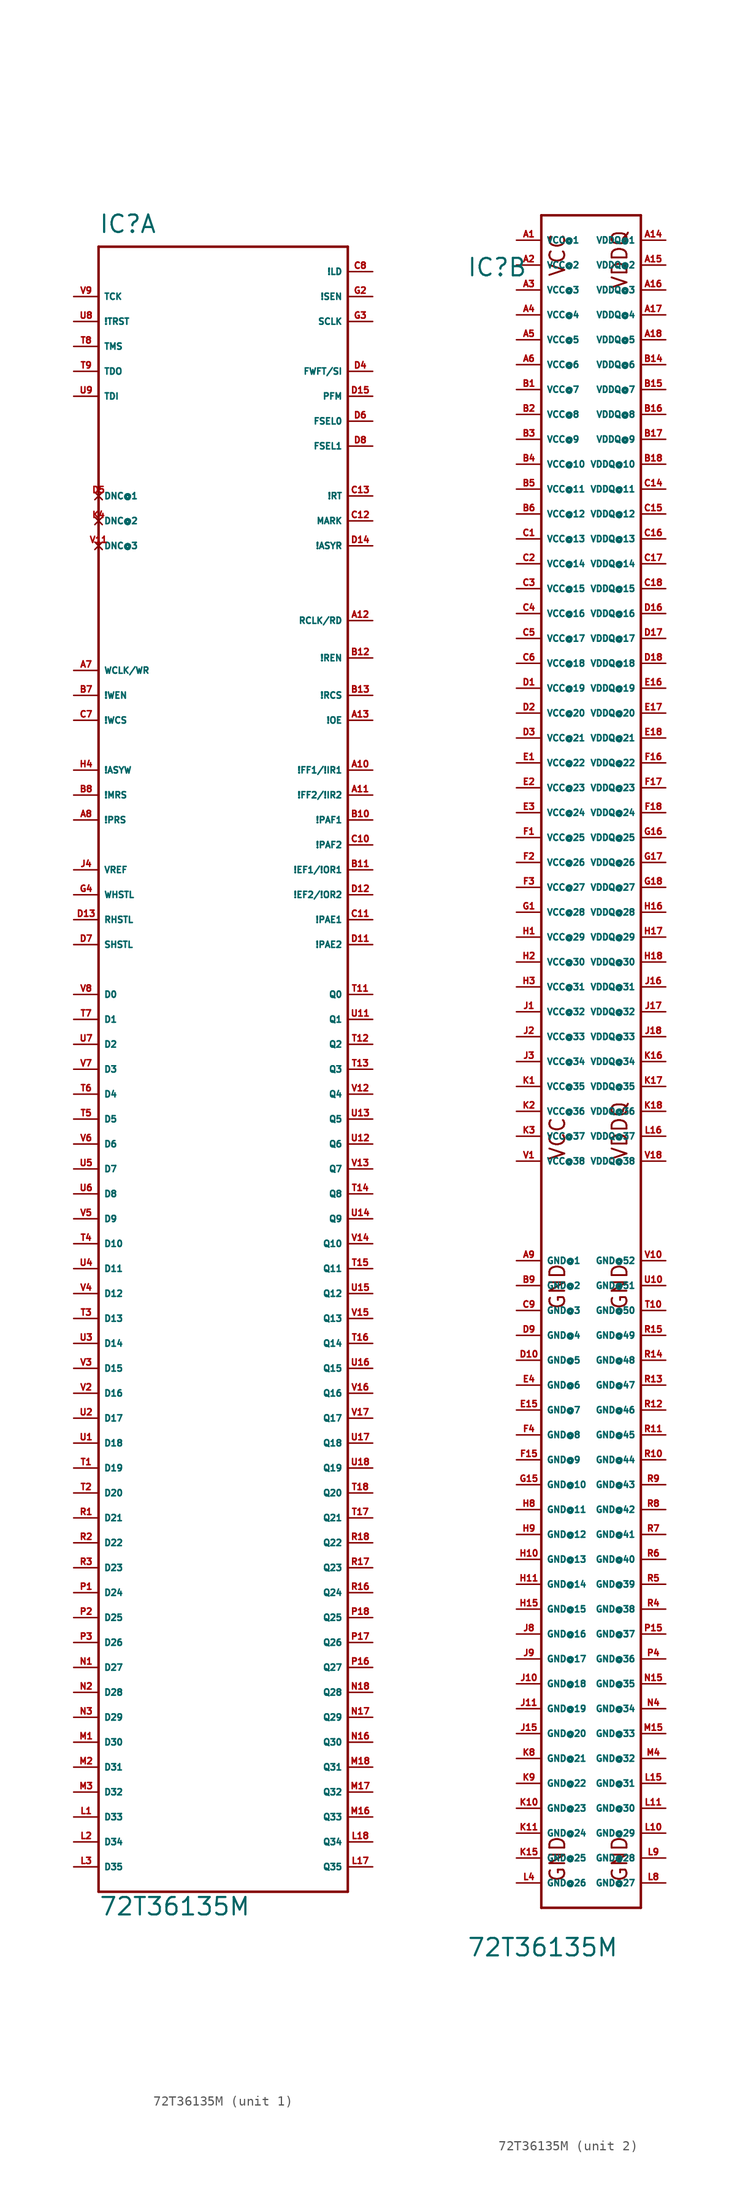
<source format=kicad_sym>
(kicad_symbol_lib
  (version 20220914)
  (generator Eagle2Kicad)
  (symbol "72T36135M"
    (property "Reference" "IC"
      (at -12.7 77.47 0)
      (effects (font (size 1.778 1.778) (thickness 0.22)) (justify left bottom)))
    (property "Value" "72T36135M"
      (at -12.7 -93.98 0)
      (effects (font (size 1.778 1.778) (thickness 0.22)) (justify left bottom)))
    (symbol "72T36135M_1_0"
      (polyline (pts (xy -12.7 76.2) (xy 12.7 76.2)) (stroke (width 0.254) (type default)) (fill (type none)))
      (polyline (pts (xy 12.7 76.2) (xy 12.7 -91.44)) (stroke (width 0.254) (type default)) (fill (type none)))
      (polyline (pts (xy 12.7 -91.44) (xy -12.7 -91.44)) (stroke (width 0.254) (type default)) (fill (type none)))
      (polyline (pts (xy -12.7 -91.44) (xy -12.7 76.2)) (stroke (width 0.254) (type default)) (fill (type none)))
      (pin input line (at -15.24 0 0) (length 2.54) (name "D0" (effects (font (size 0.635 0.635) (thickness 0.08)) (justify left bottom))) (number "V8" (effects (font (size 0.635 0.635) (thickness 0.08)) (justify left bottom))))
      (pin input line (at -15.24 -2.54 0) (length 2.54) (name "D1" (effects (font (size 0.635 0.635) (thickness 0.08)) (justify left bottom))) (number "T7" (effects (font (size 0.635 0.635) (thickness 0.08)) (justify left bottom))))
      (pin input line (at -15.24 -5.08 0) (length 2.54) (name "D2" (effects (font (size 0.635 0.635) (thickness 0.08)) (justify left bottom))) (number "U7" (effects (font (size 0.635 0.635) (thickness 0.08)) (justify left bottom))))
      (pin input line (at -15.24 -7.62 0) (length 2.54) (name "D3" (effects (font (size 0.635 0.635) (thickness 0.08)) (justify left bottom))) (number "V7" (effects (font (size 0.635 0.635) (thickness 0.08)) (justify left bottom))))
      (pin input line (at -15.24 -10.16 0) (length 2.54) (name "D4" (effects (font (size 0.635 0.635) (thickness 0.08)) (justify left bottom))) (number "T6" (effects (font (size 0.635 0.635) (thickness 0.08)) (justify left bottom))))
      (pin input line (at -15.24 -12.7 0) (length 2.54) (name "D5" (effects (font (size 0.635 0.635) (thickness 0.08)) (justify left bottom))) (number "T5" (effects (font (size 0.635 0.635) (thickness 0.08)) (justify left bottom))))
      (pin input line (at -15.24 -15.24 0) (length 2.54) (name "D6" (effects (font (size 0.635 0.635) (thickness 0.08)) (justify left bottom))) (number "V6" (effects (font (size 0.635 0.635) (thickness 0.08)) (justify left bottom))))
      (pin input line (at -15.24 -17.78 0) (length 2.54) (name "D7" (effects (font (size 0.635 0.635) (thickness 0.08)) (justify left bottom))) (number "U5" (effects (font (size 0.635 0.635) (thickness 0.08)) (justify left bottom))))
      (pin input line (at -15.24 -20.32 0) (length 2.54) (name "D8" (effects (font (size 0.635 0.635) (thickness 0.08)) (justify left bottom))) (number "U6" (effects (font (size 0.635 0.635) (thickness 0.08)) (justify left bottom))))
      (pin input line (at -15.24 -22.86 0) (length 2.54) (name "D9" (effects (font (size 0.635 0.635) (thickness 0.08)) (justify left bottom))) (number "V5" (effects (font (size 0.635 0.635) (thickness 0.08)) (justify left bottom))))
      (pin input line (at -15.24 -25.4 0) (length 2.54) (name "D10" (effects (font (size 0.635 0.635) (thickness 0.08)) (justify left bottom))) (number "T4" (effects (font (size 0.635 0.635) (thickness 0.08)) (justify left bottom))))
      (pin input line (at -15.24 -27.94 0) (length 2.54) (name "D11" (effects (font (size 0.635 0.635) (thickness 0.08)) (justify left bottom))) (number "U4" (effects (font (size 0.635 0.635) (thickness 0.08)) (justify left bottom))))
      (pin input line (at -15.24 -30.48 0) (length 2.54) (name "D12" (effects (font (size 0.635 0.635) (thickness 0.08)) (justify left bottom))) (number "V4" (effects (font (size 0.635 0.635) (thickness 0.08)) (justify left bottom))))
      (pin input line (at -15.24 -33.02 0) (length 2.54) (name "D13" (effects (font (size 0.635 0.635) (thickness 0.08)) (justify left bottom))) (number "T3" (effects (font (size 0.635 0.635) (thickness 0.08)) (justify left bottom))))
      (pin input line (at -15.24 -35.56 0) (length 2.54) (name "D14" (effects (font (size 0.635 0.635) (thickness 0.08)) (justify left bottom))) (number "U3" (effects (font (size 0.635 0.635) (thickness 0.08)) (justify left bottom))))
      (pin input line (at -15.24 -38.1 0) (length 2.54) (name "D15" (effects (font (size 0.635 0.635) (thickness 0.08)) (justify left bottom))) (number "V3" (effects (font (size 0.635 0.635) (thickness 0.08)) (justify left bottom))))
      (pin input line (at -15.24 -40.64 0) (length 2.54) (name "D16" (effects (font (size 0.635 0.635) (thickness 0.08)) (justify left bottom))) (number "V2" (effects (font (size 0.635 0.635) (thickness 0.08)) (justify left bottom))))
      (pin input line (at -15.24 -43.18 0) (length 2.54) (name "D17" (effects (font (size 0.635 0.635) (thickness 0.08)) (justify left bottom))) (number "U2" (effects (font (size 0.635 0.635) (thickness 0.08)) (justify left bottom))))
      (pin input line (at -15.24 -45.72 0) (length 2.54) (name "D18" (effects (font (size 0.635 0.635) (thickness 0.08)) (justify left bottom))) (number "U1" (effects (font (size 0.635 0.635) (thickness 0.08)) (justify left bottom))))
      (pin input line (at -15.24 -48.26 0) (length 2.54) (name "D19" (effects (font (size 0.635 0.635) (thickness 0.08)) (justify left bottom))) (number "T1" (effects (font (size 0.635 0.635) (thickness 0.08)) (justify left bottom))))
      (pin input line (at -15.24 -50.8 0) (length 2.54) (name "D20" (effects (font (size 0.635 0.635) (thickness 0.08)) (justify left bottom))) (number "T2" (effects (font (size 0.635 0.635) (thickness 0.08)) (justify left bottom))))
      (pin input line (at -15.24 -53.34 0) (length 2.54) (name "D21" (effects (font (size 0.635 0.635) (thickness 0.08)) (justify left bottom))) (number "R1" (effects (font (size 0.635 0.635) (thickness 0.08)) (justify left bottom))))
      (pin input line (at -15.24 -55.88 0) (length 2.54) (name "D22" (effects (font (size 0.635 0.635) (thickness 0.08)) (justify left bottom))) (number "R2" (effects (font (size 0.635 0.635) (thickness 0.08)) (justify left bottom))))
      (pin input line (at -15.24 -58.42 0) (length 2.54) (name "D23" (effects (font (size 0.635 0.635) (thickness 0.08)) (justify left bottom))) (number "R3" (effects (font (size 0.635 0.635) (thickness 0.08)) (justify left bottom))))
      (pin input line (at -15.24 -60.96 0) (length 2.54) (name "D24" (effects (font (size 0.635 0.635) (thickness 0.08)) (justify left bottom))) (number "P1" (effects (font (size 0.635 0.635) (thickness 0.08)) (justify left bottom))))
      (pin input line (at -15.24 -63.5 0) (length 2.54) (name "D25" (effects (font (size 0.635 0.635) (thickness 0.08)) (justify left bottom))) (number "P2" (effects (font (size 0.635 0.635) (thickness 0.08)) (justify left bottom))))
      (pin input line (at -15.24 -66.04 0) (length 2.54) (name "D26" (effects (font (size 0.635 0.635) (thickness 0.08)) (justify left bottom))) (number "P3" (effects (font (size 0.635 0.635) (thickness 0.08)) (justify left bottom))))
      (pin input line (at -15.24 -68.58 0) (length 2.54) (name "D27" (effects (font (size 0.635 0.635) (thickness 0.08)) (justify left bottom))) (number "N1" (effects (font (size 0.635 0.635) (thickness 0.08)) (justify left bottom))))
      (pin input line (at -15.24 -71.12 0) (length 2.54) (name "D28" (effects (font (size 0.635 0.635) (thickness 0.08)) (justify left bottom))) (number "N2" (effects (font (size 0.635 0.635) (thickness 0.08)) (justify left bottom))))
      (pin input line (at -15.24 -73.66 0) (length 2.54) (name "D29" (effects (font (size 0.635 0.635) (thickness 0.08)) (justify left bottom))) (number "N3" (effects (font (size 0.635 0.635) (thickness 0.08)) (justify left bottom))))
      (pin input line (at -15.24 -76.2 0) (length 2.54) (name "D30" (effects (font (size 0.635 0.635) (thickness 0.08)) (justify left bottom))) (number "M1" (effects (font (size 0.635 0.635) (thickness 0.08)) (justify left bottom))))
      (pin input line (at -15.24 -78.74 0) (length 2.54) (name "D31" (effects (font (size 0.635 0.635) (thickness 0.08)) (justify left bottom))) (number "M2" (effects (font (size 0.635 0.635) (thickness 0.08)) (justify left bottom))))
      (pin input line (at -15.24 -81.28 0) (length 2.54) (name "D32" (effects (font (size 0.635 0.635) (thickness 0.08)) (justify left bottom))) (number "M3" (effects (font (size 0.635 0.635) (thickness 0.08)) (justify left bottom))))
      (pin input line (at -15.24 -83.82 0) (length 2.54) (name "D33" (effects (font (size 0.635 0.635) (thickness 0.08)) (justify left bottom))) (number "L1" (effects (font (size 0.635 0.635) (thickness 0.08)) (justify left bottom))))
      (pin input line (at -15.24 -86.36 0) (length 2.54) (name "D34" (effects (font (size 0.635 0.635) (thickness 0.08)) (justify left bottom))) (number "L2" (effects (font (size 0.635 0.635) (thickness 0.08)) (justify left bottom))))
      (pin input line (at -15.24 -88.9 0) (length 2.54) (name "D35" (effects (font (size 0.635 0.635) (thickness 0.08)) (justify left bottom))) (number "L3" (effects (font (size 0.635 0.635) (thickness 0.08)) (justify left bottom))))
      (pin tri_state line (at 15.24 0 180) (length 2.54) (name "Q0" (effects (font (size 0.635 0.635) (thickness 0.08)) (justify left bottom))) (number "T11" (effects (font (size 0.635 0.635) (thickness 0.08)) (justify left bottom))))
      (pin tri_state line (at 15.24 -2.54 180) (length 2.54) (name "Q1" (effects (font (size 0.635 0.635) (thickness 0.08)) (justify left bottom))) (number "U11" (effects (font (size 0.635 0.635) (thickness 0.08)) (justify left bottom))))
      (pin tri_state line (at 15.24 -5.08 180) (length 2.54) (name "Q2" (effects (font (size 0.635 0.635) (thickness 0.08)) (justify left bottom))) (number "T12" (effects (font (size 0.635 0.635) (thickness 0.08)) (justify left bottom))))
      (pin tri_state line (at 15.24 -7.62 180) (length 2.54) (name "Q3" (effects (font (size 0.635 0.635) (thickness 0.08)) (justify left bottom))) (number "T13" (effects (font (size 0.635 0.635) (thickness 0.08)) (justify left bottom))))
      (pin tri_state line (at 15.24 -10.16 180) (length 2.54) (name "Q4" (effects (font (size 0.635 0.635) (thickness 0.08)) (justify left bottom))) (number "V12" (effects (font (size 0.635 0.635) (thickness 0.08)) (justify left bottom))))
      (pin tri_state line (at 15.24 -12.7 180) (length 2.54) (name "Q5" (effects (font (size 0.635 0.635) (thickness 0.08)) (justify left bottom))) (number "U13" (effects (font (size 0.635 0.635) (thickness 0.08)) (justify left bottom))))
      (pin tri_state line (at 15.24 -15.24 180) (length 2.54) (name "Q6" (effects (font (size 0.635 0.635) (thickness 0.08)) (justify left bottom))) (number "U12" (effects (font (size 0.635 0.635) (thickness 0.08)) (justify left bottom))))
      (pin tri_state line (at 15.24 -17.78 180) (length 2.54) (name "Q7" (effects (font (size 0.635 0.635) (thickness 0.08)) (justify left bottom))) (number "V13" (effects (font (size 0.635 0.635) (thickness 0.08)) (justify left bottom))))
      (pin tri_state line (at 15.24 -20.32 180) (length 2.54) (name "Q8" (effects (font (size 0.635 0.635) (thickness 0.08)) (justify left bottom))) (number "T14" (effects (font (size 0.635 0.635) (thickness 0.08)) (justify left bottom))))
      (pin tri_state line (at 15.24 -22.86 180) (length 2.54) (name "Q9" (effects (font (size 0.635 0.635) (thickness 0.08)) (justify left bottom))) (number "U14" (effects (font (size 0.635 0.635) (thickness 0.08)) (justify left bottom))))
      (pin tri_state line (at 15.24 -25.4 180) (length 2.54) (name "Q10" (effects (font (size 0.635 0.635) (thickness 0.08)) (justify left bottom))) (number "V14" (effects (font (size 0.635 0.635) (thickness 0.08)) (justify left bottom))))
      (pin tri_state line (at 15.24 -27.94 180) (length 2.54) (name "Q11" (effects (font (size 0.635 0.635) (thickness 0.08)) (justify left bottom))) (number "T15" (effects (font (size 0.635 0.635) (thickness 0.08)) (justify left bottom))))
      (pin tri_state line (at 15.24 -30.48 180) (length 2.54) (name "Q12" (effects (font (size 0.635 0.635) (thickness 0.08)) (justify left bottom))) (number "U15" (effects (font (size 0.635 0.635) (thickness 0.08)) (justify left bottom))))
      (pin tri_state line (at 15.24 -33.02 180) (length 2.54) (name "Q13" (effects (font (size 0.635 0.635) (thickness 0.08)) (justify left bottom))) (number "V15" (effects (font (size 0.635 0.635) (thickness 0.08)) (justify left bottom))))
      (pin tri_state line (at 15.24 -35.56 180) (length 2.54) (name "Q14" (effects (font (size 0.635 0.635) (thickness 0.08)) (justify left bottom))) (number "T16" (effects (font (size 0.635 0.635) (thickness 0.08)) (justify left bottom))))
      (pin tri_state line (at 15.24 -38.1 180) (length 2.54) (name "Q15" (effects (font (size 0.635 0.635) (thickness 0.08)) (justify left bottom))) (number "U16" (effects (font (size 0.635 0.635) (thickness 0.08)) (justify left bottom))))
      (pin tri_state line (at 15.24 -40.64 180) (length 2.54) (name "Q16" (effects (font (size 0.635 0.635) (thickness 0.08)) (justify left bottom))) (number "V16" (effects (font (size 0.635 0.635) (thickness 0.08)) (justify left bottom))))
      (pin tri_state line (at 15.24 -43.18 180) (length 2.54) (name "Q17" (effects (font (size 0.635 0.635) (thickness 0.08)) (justify left bottom))) (number "V17" (effects (font (size 0.635 0.635) (thickness 0.08)) (justify left bottom))))
      (pin tri_state line (at 15.24 -45.72 180) (length 2.54) (name "Q18" (effects (font (size 0.635 0.635) (thickness 0.08)) (justify left bottom))) (number "U17" (effects (font (size 0.635 0.635) (thickness 0.08)) (justify left bottom))))
      (pin tri_state line (at 15.24 -48.26 180) (length 2.54) (name "Q19" (effects (font (size 0.635 0.635) (thickness 0.08)) (justify left bottom))) (number "U18" (effects (font (size 0.635 0.635) (thickness 0.08)) (justify left bottom))))
      (pin tri_state line (at 15.24 -50.8 180) (length 2.54) (name "Q20" (effects (font (size 0.635 0.635) (thickness 0.08)) (justify left bottom))) (number "T18" (effects (font (size 0.635 0.635) (thickness 0.08)) (justify left bottom))))
      (pin tri_state line (at 15.24 -53.34 180) (length 2.54) (name "Q21" (effects (font (size 0.635 0.635) (thickness 0.08)) (justify left bottom))) (number "T17" (effects (font (size 0.635 0.635) (thickness 0.08)) (justify left bottom))))
      (pin tri_state line (at 15.24 -55.88 180) (length 2.54) (name "Q22" (effects (font (size 0.635 0.635) (thickness 0.08)) (justify left bottom))) (number "R18" (effects (font (size 0.635 0.635) (thickness 0.08)) (justify left bottom))))
      (pin tri_state line (at 15.24 -58.42 180) (length 2.54) (name "Q23" (effects (font (size 0.635 0.635) (thickness 0.08)) (justify left bottom))) (number "R17" (effects (font (size 0.635 0.635) (thickness 0.08)) (justify left bottom))))
      (pin tri_state line (at 15.24 -60.96 180) (length 2.54) (name "Q24" (effects (font (size 0.635 0.635) (thickness 0.08)) (justify left bottom))) (number "R16" (effects (font (size 0.635 0.635) (thickness 0.08)) (justify left bottom))))
      (pin tri_state line (at 15.24 -63.5 180) (length 2.54) (name "Q25" (effects (font (size 0.635 0.635) (thickness 0.08)) (justify left bottom))) (number "P18" (effects (font (size 0.635 0.635) (thickness 0.08)) (justify left bottom))))
      (pin tri_state line (at 15.24 -66.04 180) (length 2.54) (name "Q26" (effects (font (size 0.635 0.635) (thickness 0.08)) (justify left bottom))) (number "P17" (effects (font (size 0.635 0.635) (thickness 0.08)) (justify left bottom))))
      (pin tri_state line (at 15.24 -68.58 180) (length 2.54) (name "Q27" (effects (font (size 0.635 0.635) (thickness 0.08)) (justify left bottom))) (number "P16" (effects (font (size 0.635 0.635) (thickness 0.08)) (justify left bottom))))
      (pin tri_state line (at 15.24 -71.12 180) (length 2.54) (name "Q28" (effects (font (size 0.635 0.635) (thickness 0.08)) (justify left bottom))) (number "N18" (effects (font (size 0.635 0.635) (thickness 0.08)) (justify left bottom))))
      (pin tri_state line (at 15.24 -73.66 180) (length 2.54) (name "Q29" (effects (font (size 0.635 0.635) (thickness 0.08)) (justify left bottom))) (number "N17" (effects (font (size 0.635 0.635) (thickness 0.08)) (justify left bottom))))
      (pin tri_state line (at 15.24 -76.2 180) (length 2.54) (name "Q30" (effects (font (size 0.635 0.635) (thickness 0.08)) (justify left bottom))) (number "N16" (effects (font (size 0.635 0.635) (thickness 0.08)) (justify left bottom))))
      (pin tri_state line (at 15.24 -78.74 180) (length 2.54) (name "Q31" (effects (font (size 0.635 0.635) (thickness 0.08)) (justify left bottom))) (number "M18" (effects (font (size 0.635 0.635) (thickness 0.08)) (justify left bottom))))
      (pin tri_state line (at 15.24 -81.28 180) (length 2.54) (name "Q32" (effects (font (size 0.635 0.635) (thickness 0.08)) (justify left bottom))) (number "M17" (effects (font (size 0.635 0.635) (thickness 0.08)) (justify left bottom))))
      (pin tri_state line (at 15.24 -83.82 180) (length 2.54) (name "Q33" (effects (font (size 0.635 0.635) (thickness 0.08)) (justify left bottom))) (number "M16" (effects (font (size 0.635 0.635) (thickness 0.08)) (justify left bottom))))
      (pin tri_state line (at 15.24 -86.36 180) (length 2.54) (name "Q34" (effects (font (size 0.635 0.635) (thickness 0.08)) (justify left bottom))) (number "L18" (effects (font (size 0.635 0.635) (thickness 0.08)) (justify left bottom))))
      (pin tri_state line (at 15.24 -88.9 180) (length 2.54) (name "Q35" (effects (font (size 0.635 0.635) (thickness 0.08)) (justify left bottom))) (number "L17" (effects (font (size 0.635 0.635) (thickness 0.08)) (justify left bottom))))
      (pin input line (at -15.24 22.86 0) (length 2.54) (name "!ASYW" (effects (font (size 0.635 0.635) (thickness 0.08)) (justify left bottom))) (number "H4" (effects (font (size 0.635 0.635) (thickness 0.08)) (justify left bottom))))
      (pin input line (at -15.24 20.32 0) (length 2.54) (name "!MRS" (effects (font (size 0.635 0.635) (thickness 0.08)) (justify left bottom))) (number "B8" (effects (font (size 0.635 0.635) (thickness 0.08)) (justify left bottom))))
      (pin input line (at -15.24 17.78 0) (length 2.54) (name "!PRS" (effects (font (size 0.635 0.635) (thickness 0.08)) (justify left bottom))) (number "A8" (effects (font (size 0.635 0.635) (thickness 0.08)) (justify left bottom))))
      (pin input line (at -15.24 71.12 0) (length 2.54) (name "TCK" (effects (font (size 0.635 0.635) (thickness 0.08)) (justify left bottom))) (number "V9" (effects (font (size 0.635 0.635) (thickness 0.08)) (justify left bottom))))
      (pin input line (at -15.24 68.58 0) (length 2.54) (name "!TRST" (effects (font (size 0.635 0.635) (thickness 0.08)) (justify left bottom))) (number "U8" (effects (font (size 0.635 0.635) (thickness 0.08)) (justify left bottom))))
      (pin input line (at -15.24 66.04 0) (length 2.54) (name "TMS" (effects (font (size 0.635 0.635) (thickness 0.08)) (justify left bottom))) (number "T8" (effects (font (size 0.635 0.635) (thickness 0.08)) (justify left bottom))))
      (pin input line (at -15.24 63.5 0) (length 2.54) (name "TDO" (effects (font (size 0.635 0.635) (thickness 0.08)) (justify left bottom))) (number "T9" (effects (font (size 0.635 0.635) (thickness 0.08)) (justify left bottom))))
      (pin input line (at -15.24 60.96 0) (length 2.54) (name "TDI" (effects (font (size 0.635 0.635) (thickness 0.08)) (justify left bottom))) (number "U9" (effects (font (size 0.635 0.635) (thickness 0.08)) (justify left bottom))))
      (pin input line (at -15.24 12.7 0) (length 2.54) (name "VREF" (effects (font (size 0.635 0.635) (thickness 0.08)) (justify left bottom))) (number "J4" (effects (font (size 0.635 0.635) (thickness 0.08)) (justify left bottom))))
      (pin input line (at -15.24 10.16 0) (length 2.54) (name "WHSTL" (effects (font (size 0.635 0.635) (thickness 0.08)) (justify left bottom))) (number "G4" (effects (font (size 0.635 0.635) (thickness 0.08)) (justify left bottom))))
      (pin input line (at -15.24 7.62 0) (length 2.54) (name "RHSTL" (effects (font (size 0.635 0.635) (thickness 0.08)) (justify left bottom))) (number "D13" (effects (font (size 0.635 0.635) (thickness 0.08)) (justify left bottom))))
      (pin input line (at -15.24 5.08 0) (length 2.54) (name "SHSTL" (effects (font (size 0.635 0.635) (thickness 0.08)) (justify left bottom))) (number "D7" (effects (font (size 0.635 0.635) (thickness 0.08)) (justify left bottom))))
      (pin input line (at 15.24 27.94 180) (length 2.54) (name "!OE" (effects (font (size 0.635 0.635) (thickness 0.08)) (justify left bottom))) (number "A13" (effects (font (size 0.635 0.635) (thickness 0.08)) (justify left bottom))))
      (pin input line (at 15.24 30.48 180) (length 2.54) (name "!RCS" (effects (font (size 0.635 0.635) (thickness 0.08)) (justify left bottom))) (number "B13" (effects (font (size 0.635 0.635) (thickness 0.08)) (justify left bottom))))
      (pin input line (at 15.24 34.29 180) (length 2.54) (name "!REN" (effects (font (size 0.635 0.635) (thickness 0.08)) (justify left bottom))) (number "B12" (effects (font (size 0.635 0.635) (thickness 0.08)) (justify left bottom))))
      (pin input line (at 15.24 38.1 180) (length 2.54) (name "RCLK/RD" (effects (font (size 0.635 0.635) (thickness 0.08)) (justify left bottom))) (number "A12" (effects (font (size 0.635 0.635) (thickness 0.08)) (justify left bottom))))
      (pin input line (at 15.24 50.8 180) (length 2.54) (name "!RT" (effects (font (size 0.635 0.635) (thickness 0.08)) (justify left bottom))) (number "C13" (effects (font (size 0.635 0.635) (thickness 0.08)) (justify left bottom))))
      (pin input line (at 15.24 48.26 180) (length 2.54) (name "MARK" (effects (font (size 0.635 0.635) (thickness 0.08)) (justify left bottom))) (number "C12" (effects (font (size 0.635 0.635) (thickness 0.08)) (justify left bottom))))
      (pin input line (at 15.24 45.72 180) (length 2.54) (name "!ASYR" (effects (font (size 0.635 0.635) (thickness 0.08)) (justify left bottom))) (number "D14" (effects (font (size 0.635 0.635) (thickness 0.08)) (justify left bottom))))
      (pin output line (at 15.24 22.86 180) (length 2.54) (name "!FF1/!IR1" (effects (font (size 0.635 0.635) (thickness 0.08)) (justify left bottom))) (number "A10" (effects (font (size 0.635 0.635) (thickness 0.08)) (justify left bottom))))
      (pin output line (at 15.24 20.32 180) (length 2.54) (name "!FF2/!IR2" (effects (font (size 0.635 0.635) (thickness 0.08)) (justify left bottom))) (number "A11" (effects (font (size 0.635 0.635) (thickness 0.08)) (justify left bottom))))
      (pin output line (at 15.24 17.78 180) (length 2.54) (name "!PAF1" (effects (font (size 0.635 0.635) (thickness 0.08)) (justify left bottom))) (number "B10" (effects (font (size 0.635 0.635) (thickness 0.08)) (justify left bottom))))
      (pin output line (at 15.24 15.24 180) (length 2.54) (name "!PAF2" (effects (font (size 0.635 0.635) (thickness 0.08)) (justify left bottom))) (number "C10" (effects (font (size 0.635 0.635) (thickness 0.08)) (justify left bottom))))
      (pin output line (at 15.24 12.7 180) (length 2.54) (name "!EF1/!OR1" (effects (font (size 0.635 0.635) (thickness 0.08)) (justify left bottom))) (number "B11" (effects (font (size 0.635 0.635) (thickness 0.08)) (justify left bottom))))
      (pin output line (at 15.24 10.16 180) (length 2.54) (name "!EF2/!OR2" (effects (font (size 0.635 0.635) (thickness 0.08)) (justify left bottom))) (number "D12" (effects (font (size 0.635 0.635) (thickness 0.08)) (justify left bottom))))
      (pin output line (at 15.24 7.62 180) (length 2.54) (name "!PAE1" (effects (font (size 0.635 0.635) (thickness 0.08)) (justify left bottom))) (number "C11" (effects (font (size 0.635 0.635) (thickness 0.08)) (justify left bottom))))
      (pin output line (at 15.24 5.08 180) (length 2.54) (name "!PAE2" (effects (font (size 0.635 0.635) (thickness 0.08)) (justify left bottom))) (number "D11" (effects (font (size 0.635 0.635) (thickness 0.08)) (justify left bottom))))
      (pin input line (at 15.24 63.5 180) (length 2.54) (name "FWFT/SI" (effects (font (size 0.635 0.635) (thickness 0.08)) (justify left bottom))) (number "D4" (effects (font (size 0.635 0.635) (thickness 0.08)) (justify left bottom))))
      (pin input line (at 15.24 60.96 180) (length 2.54) (name "PFM" (effects (font (size 0.635 0.635) (thickness 0.08)) (justify left bottom))) (number "D15" (effects (font (size 0.635 0.635) (thickness 0.08)) (justify left bottom))))
      (pin input line (at 15.24 58.42 180) (length 2.54) (name "FSEL0" (effects (font (size 0.635 0.635) (thickness 0.08)) (justify left bottom))) (number "D6" (effects (font (size 0.635 0.635) (thickness 0.08)) (justify left bottom))))
      (pin input line (at 15.24 55.88 180) (length 2.54) (name "FSEL1" (effects (font (size 0.635 0.635) (thickness 0.08)) (justify left bottom))) (number "D8" (effects (font (size 0.635 0.635) (thickness 0.08)) (justify left bottom))))
      (pin input line (at -15.24 27.94 0) (length 2.54) (name "!WCS" (effects (font (size 0.635 0.635) (thickness 0.08)) (justify left bottom))) (number "C7" (effects (font (size 0.635 0.635) (thickness 0.08)) (justify left bottom))))
      (pin input line (at -15.24 30.48 0) (length 2.54) (name "!WEN" (effects (font (size 0.635 0.635) (thickness 0.08)) (justify left bottom))) (number "B7" (effects (font (size 0.635 0.635) (thickness 0.08)) (justify left bottom))))
      (pin input line (at -15.24 33.02 0) (length 2.54) (name "WCLK/WR" (effects (font (size 0.635 0.635) (thickness 0.08)) (justify left bottom))) (number "A7" (effects (font (size 0.635 0.635) (thickness 0.08)) (justify left bottom))))
      (pin input line (at 15.24 73.66 180) (length 2.54) (name "!LD" (effects (font (size 0.635 0.635) (thickness 0.08)) (justify left bottom))) (number "C8" (effects (font (size 0.635 0.635) (thickness 0.08)) (justify left bottom))))
      (pin input line (at 15.24 71.12 180) (length 2.54) (name "!SEN" (effects (font (size 0.635 0.635) (thickness 0.08)) (justify left bottom))) (number "G2" (effects (font (size 0.635 0.635) (thickness 0.08)) (justify left bottom))))
      (pin input line (at 15.24 68.58 180) (length 2.54) (name "SCLK" (effects (font (size 0.635 0.635) (thickness 0.08)) (justify left bottom))) (number "G3" (effects (font (size 0.635 0.635) (thickness 0.08)) (justify left bottom))))
      (pin no_connect line (at -12.7 50.8 0) (length 0) (name "DNC@1" (effects (font (size 0.635 0.635) (thickness 0.08)) (justify left bottom) hide)) (number "D5" (effects (font (size 0.635 0.635) (thickness 0.08)) (justify left bottom) hide)))
      (pin no_connect line (at -12.7 48.26 0) (length 0) (name "DNC@2" (effects (font (size 0.635 0.635) (thickness 0.08)) (justify left bottom) hide)) (number "K4" (effects (font (size 0.635 0.635) (thickness 0.08)) (justify left bottom) hide)))
      (pin no_connect line (at -12.7 45.72 0) (length 0) (name "DNC@3" (effects (font (size 0.635 0.635) (thickness 0.08)) (justify left bottom) hide)) (number "V11" (effects (font (size 0.635 0.635) (thickness 0.08)) (justify left bottom) hide))))
    (symbol "72T36135M_2_0"
      (polyline (pts (xy -5.08 83.82) (xy 5.08 83.82)) (stroke (width 0.254) (type default)) (fill (type none)))
      (polyline (pts (xy 5.08 83.82) (xy 5.08 -88.9)) (stroke (width 0.254) (type default)) (fill (type none)))
      (polyline (pts (xy 5.08 -88.9) (xy -5.08 -88.9)) (stroke (width 0.254) (type default)) (fill (type none)))
      (polyline (pts (xy -5.08 -88.9) (xy -5.08 83.82)) (stroke (width 0.254) (type default)) (fill (type none)))
      (text "VCC" (at -2.54 -12.7 900) (effects (font (size 1.524 1.524) (thickness 0.19)) (justify left bottom)))
      (text "VDDQ" (at 3.81 -12.7 900) (effects (font (size 1.524 1.524) (thickness 0.19)) (justify left bottom)))
      (text "GND" (at -2.54 -27.94 900) (effects (font (size 1.524 1.524) (thickness 0.19)) (justify left bottom)))
      (text "GND" (at 3.81 -27.94 900) (effects (font (size 1.524 1.524) (thickness 0.19)) (justify left bottom)))
      (text "VCC" (at -2.54 77.47 900) (effects (font (size 1.524 1.524) (thickness 0.19)) (justify left bottom)))
      (text "VDDQ" (at 3.81 76.2 900) (effects (font (size 1.524 1.524) (thickness 0.19)) (justify left bottom)))
      (text "GND" (at -2.54 -86.36 900) (effects (font (size 1.524 1.524) (thickness 0.19)) (justify left bottom)))
      (text "GND" (at 3.81 -86.36 900) (effects (font (size 1.524 1.524) (thickness 0.19)) (justify left bottom)))
      (pin unspecified line (at -7.62 -22.86 0) (length 2.54) (name "GND@1" (effects (font (size 0.635 0.635) (thickness 0.08)) (justify left bottom))) (number "A9" (effects (font (size 0.635 0.635) (thickness 0.08)) (justify left bottom))))
      (pin unspecified line (at -7.62 -25.4 0) (length 2.54) (name "GND@2" (effects (font (size 0.635 0.635) (thickness 0.08)) (justify left bottom))) (number "B9" (effects (font (size 0.635 0.635) (thickness 0.08)) (justify left bottom))))
      (pin unspecified line (at -7.62 -27.94 0) (length 2.54) (name "GND@3" (effects (font (size 0.635 0.635) (thickness 0.08)) (justify left bottom))) (number "C9" (effects (font (size 0.635 0.635) (thickness 0.08)) (justify left bottom))))
      (pin unspecified line (at -7.62 -30.48 0) (length 2.54) (name "GND@4" (effects (font (size 0.635 0.635) (thickness 0.08)) (justify left bottom))) (number "D9" (effects (font (size 0.635 0.635) (thickness 0.08)) (justify left bottom))))
      (pin unspecified line (at -7.62 -33.02 0) (length 2.54) (name "GND@5" (effects (font (size 0.635 0.635) (thickness 0.08)) (justify left bottom))) (number "D10" (effects (font (size 0.635 0.635) (thickness 0.08)) (justify left bottom))))
      (pin unspecified line (at -7.62 -35.56 0) (length 2.54) (name "GND@6" (effects (font (size 0.635 0.635) (thickness 0.08)) (justify left bottom))) (number "E4" (effects (font (size 0.635 0.635) (thickness 0.08)) (justify left bottom))))
      (pin unspecified line (at -7.62 -38.1 0) (length 2.54) (name "GND@7" (effects (font (size 0.635 0.635) (thickness 0.08)) (justify left bottom))) (number "E15" (effects (font (size 0.635 0.635) (thickness 0.08)) (justify left bottom))))
      (pin unspecified line (at -7.62 -40.64 0) (length 2.54) (name "GND@8" (effects (font (size 0.635 0.635) (thickness 0.08)) (justify left bottom))) (number "F4" (effects (font (size 0.635 0.635) (thickness 0.08)) (justify left bottom))))
      (pin unspecified line (at -7.62 81.28 0) (length 2.54) (name "VCC@1" (effects (font (size 0.635 0.635) (thickness 0.08)) (justify left bottom))) (number "A1" (effects (font (size 0.635 0.635) (thickness 0.08)) (justify left bottom))))
      (pin unspecified line (at -7.62 78.74 0) (length 2.54) (name "VCC@2" (effects (font (size 0.635 0.635) (thickness 0.08)) (justify left bottom))) (number "A2" (effects (font (size 0.635 0.635) (thickness 0.08)) (justify left bottom))))
      (pin unspecified line (at -7.62 76.2 0) (length 2.54) (name "VCC@3" (effects (font (size 0.635 0.635) (thickness 0.08)) (justify left bottom))) (number "A3" (effects (font (size 0.635 0.635) (thickness 0.08)) (justify left bottom))))
      (pin unspecified line (at -7.62 73.66 0) (length 2.54) (name "VCC@4" (effects (font (size 0.635 0.635) (thickness 0.08)) (justify left bottom))) (number "A4" (effects (font (size 0.635 0.635) (thickness 0.08)) (justify left bottom))))
      (pin unspecified line (at -7.62 71.12 0) (length 2.54) (name "VCC@5" (effects (font (size 0.635 0.635) (thickness 0.08)) (justify left bottom))) (number "A5" (effects (font (size 0.635 0.635) (thickness 0.08)) (justify left bottom))))
      (pin unspecified line (at -7.62 68.58 0) (length 2.54) (name "VCC@6" (effects (font (size 0.635 0.635) (thickness 0.08)) (justify left bottom))) (number "A6" (effects (font (size 0.635 0.635) (thickness 0.08)) (justify left bottom))))
      (pin unspecified line (at -7.62 66.04 0) (length 2.54) (name "VCC@7" (effects (font (size 0.635 0.635) (thickness 0.08)) (justify left bottom))) (number "B1" (effects (font (size 0.635 0.635) (thickness 0.08)) (justify left bottom))))
      (pin unspecified line (at -7.62 63.5 0) (length 2.54) (name "VCC@8" (effects (font (size 0.635 0.635) (thickness 0.08)) (justify left bottom))) (number "B2" (effects (font (size 0.635 0.635) (thickness 0.08)) (justify left bottom))))
      (pin unspecified line (at 7.62 81.28 180) (length 2.54) (name "VDDQ@1" (effects (font (size 0.635 0.635) (thickness 0.08)) (justify left bottom))) (number "A14" (effects (font (size 0.635 0.635) (thickness 0.08)) (justify left bottom))))
      (pin unspecified line (at 7.62 78.74 180) (length 2.54) (name "VDDQ@2" (effects (font (size 0.635 0.635) (thickness 0.08)) (justify left bottom))) (number "A15" (effects (font (size 0.635 0.635) (thickness 0.08)) (justify left bottom))))
      (pin unspecified line (at 7.62 76.2 180) (length 2.54) (name "VDDQ@3" (effects (font (size 0.635 0.635) (thickness 0.08)) (justify left bottom))) (number "A16" (effects (font (size 0.635 0.635) (thickness 0.08)) (justify left bottom))))
      (pin unspecified line (at 7.62 73.66 180) (length 2.54) (name "VDDQ@4" (effects (font (size 0.635 0.635) (thickness 0.08)) (justify left bottom))) (number "A17" (effects (font (size 0.635 0.635) (thickness 0.08)) (justify left bottom))))
      (pin unspecified line (at 7.62 71.12 180) (length 2.54) (name "VDDQ@5" (effects (font (size 0.635 0.635) (thickness 0.08)) (justify left bottom))) (number "A18" (effects (font (size 0.635 0.635) (thickness 0.08)) (justify left bottom))))
      (pin unspecified line (at 7.62 68.58 180) (length 2.54) (name "VDDQ@6" (effects (font (size 0.635 0.635) (thickness 0.08)) (justify left bottom))) (number "B14" (effects (font (size 0.635 0.635) (thickness 0.08)) (justify left bottom))))
      (pin unspecified line (at 7.62 66.04 180) (length 2.54) (name "VDDQ@7" (effects (font (size 0.635 0.635) (thickness 0.08)) (justify left bottom))) (number "B15" (effects (font (size 0.635 0.635) (thickness 0.08)) (justify left bottom))))
      (pin unspecified line (at 7.62 63.5 180) (length 2.54) (name "VDDQ@8" (effects (font (size 0.635 0.635) (thickness 0.08)) (justify left bottom))) (number "B16" (effects (font (size 0.635 0.635) (thickness 0.08)) (justify left bottom))))
      (pin unspecified line (at -7.62 60.96 0) (length 2.54) (name "VCC@9" (effects (font (size 0.635 0.635) (thickness 0.08)) (justify left bottom))) (number "B3" (effects (font (size 0.635 0.635) (thickness 0.08)) (justify left bottom))))
      (pin unspecified line (at -7.62 58.42 0) (length 2.54) (name "VCC@10" (effects (font (size 0.635 0.635) (thickness 0.08)) (justify left bottom))) (number "B4" (effects (font (size 0.635 0.635) (thickness 0.08)) (justify left bottom))))
      (pin unspecified line (at -7.62 55.88 0) (length 2.54) (name "VCC@11" (effects (font (size 0.635 0.635) (thickness 0.08)) (justify left bottom))) (number "B5" (effects (font (size 0.635 0.635) (thickness 0.08)) (justify left bottom))))
      (pin unspecified line (at -7.62 53.34 0) (length 2.54) (name "VCC@12" (effects (font (size 0.635 0.635) (thickness 0.08)) (justify left bottom))) (number "B6" (effects (font (size 0.635 0.635) (thickness 0.08)) (justify left bottom))))
      (pin unspecified line (at -7.62 50.8 0) (length 2.54) (name "VCC@13" (effects (font (size 0.635 0.635) (thickness 0.08)) (justify left bottom))) (number "C1" (effects (font (size 0.635 0.635) (thickness 0.08)) (justify left bottom))))
      (pin unspecified line (at -7.62 48.26 0) (length 2.54) (name "VCC@14" (effects (font (size 0.635 0.635) (thickness 0.08)) (justify left bottom))) (number "C2" (effects (font (size 0.635 0.635) (thickness 0.08)) (justify left bottom))))
      (pin unspecified line (at -7.62 45.72 0) (length 2.54) (name "VCC@15" (effects (font (size 0.635 0.635) (thickness 0.08)) (justify left bottom))) (number "C3" (effects (font (size 0.635 0.635) (thickness 0.08)) (justify left bottom))))
      (pin unspecified line (at -7.62 43.18 0) (length 2.54) (name "VCC@16" (effects (font (size 0.635 0.635) (thickness 0.08)) (justify left bottom))) (number "C4" (effects (font (size 0.635 0.635) (thickness 0.08)) (justify left bottom))))
      (pin unspecified line (at -7.62 40.64 0) (length 2.54) (name "VCC@17" (effects (font (size 0.635 0.635) (thickness 0.08)) (justify left bottom))) (number "C5" (effects (font (size 0.635 0.635) (thickness 0.08)) (justify left bottom))))
      (pin unspecified line (at -7.62 38.1 0) (length 2.54) (name "VCC@18" (effects (font (size 0.635 0.635) (thickness 0.08)) (justify left bottom))) (number "C6" (effects (font (size 0.635 0.635) (thickness 0.08)) (justify left bottom))))
      (pin unspecified line (at -7.62 35.56 0) (length 2.54) (name "VCC@19" (effects (font (size 0.635 0.635) (thickness 0.08)) (justify left bottom))) (number "D1" (effects (font (size 0.635 0.635) (thickness 0.08)) (justify left bottom))))
      (pin unspecified line (at -7.62 33.02 0) (length 2.54) (name "VCC@20" (effects (font (size 0.635 0.635) (thickness 0.08)) (justify left bottom))) (number "D2" (effects (font (size 0.635 0.635) (thickness 0.08)) (justify left bottom))))
      (pin unspecified line (at 7.62 60.96 180) (length 2.54) (name "VDDQ@9" (effects (font (size 0.635 0.635) (thickness 0.08)) (justify left bottom))) (number "B17" (effects (font (size 0.635 0.635) (thickness 0.08)) (justify left bottom))))
      (pin unspecified line (at 7.62 58.42 180) (length 2.54) (name "VDDQ@10" (effects (font (size 0.635 0.635) (thickness 0.08)) (justify left bottom))) (number "B18" (effects (font (size 0.635 0.635) (thickness 0.08)) (justify left bottom))))
      (pin unspecified line (at 7.62 55.88 180) (length 2.54) (name "VDDQ@11" (effects (font (size 0.635 0.635) (thickness 0.08)) (justify left bottom))) (number "C14" (effects (font (size 0.635 0.635) (thickness 0.08)) (justify left bottom))))
      (pin unspecified line (at 7.62 53.34 180) (length 2.54) (name "VDDQ@12" (effects (font (size 0.635 0.635) (thickness 0.08)) (justify left bottom))) (number "C15" (effects (font (size 0.635 0.635) (thickness 0.08)) (justify left bottom))))
      (pin unspecified line (at 7.62 50.8 180) (length 2.54) (name "VDDQ@13" (effects (font (size 0.635 0.635) (thickness 0.08)) (justify left bottom))) (number "C16" (effects (font (size 0.635 0.635) (thickness 0.08)) (justify left bottom))))
      (pin unspecified line (at 7.62 48.26 180) (length 2.54) (name "VDDQ@14" (effects (font (size 0.635 0.635) (thickness 0.08)) (justify left bottom))) (number "C17" (effects (font (size 0.635 0.635) (thickness 0.08)) (justify left bottom))))
      (pin unspecified line (at 7.62 45.72 180) (length 2.54) (name "VDDQ@15" (effects (font (size 0.635 0.635) (thickness 0.08)) (justify left bottom))) (number "C18" (effects (font (size 0.635 0.635) (thickness 0.08)) (justify left bottom))))
      (pin unspecified line (at 7.62 43.18 180) (length 2.54) (name "VDDQ@16" (effects (font (size 0.635 0.635) (thickness 0.08)) (justify left bottom))) (number "D16" (effects (font (size 0.635 0.635) (thickness 0.08)) (justify left bottom))))
      (pin unspecified line (at 7.62 40.64 180) (length 2.54) (name "VDDQ@17" (effects (font (size 0.635 0.635) (thickness 0.08)) (justify left bottom))) (number "D17" (effects (font (size 0.635 0.635) (thickness 0.08)) (justify left bottom))))
      (pin unspecified line (at 7.62 38.1 180) (length 2.54) (name "VDDQ@18" (effects (font (size 0.635 0.635) (thickness 0.08)) (justify left bottom))) (number "D18" (effects (font (size 0.635 0.635) (thickness 0.08)) (justify left bottom))))
      (pin unspecified line (at -7.62 -43.18 0) (length 2.54) (name "GND@9" (effects (font (size 0.635 0.635) (thickness 0.08)) (justify left bottom))) (number "F15" (effects (font (size 0.635 0.635) (thickness 0.08)) (justify left bottom))))
      (pin unspecified line (at -7.62 -45.72 0) (length 2.54) (name "GND@10" (effects (font (size 0.635 0.635) (thickness 0.08)) (justify left bottom))) (number "G15" (effects (font (size 0.635 0.635) (thickness 0.08)) (justify left bottom))))
      (pin unspecified line (at -7.62 -48.26 0) (length 2.54) (name "GND@11" (effects (font (size 0.635 0.635) (thickness 0.08)) (justify left bottom))) (number "H8" (effects (font (size 0.635 0.635) (thickness 0.08)) (justify left bottom))))
      (pin unspecified line (at -7.62 -50.8 0) (length 2.54) (name "GND@12" (effects (font (size 0.635 0.635) (thickness 0.08)) (justify left bottom))) (number "H9" (effects (font (size 0.635 0.635) (thickness 0.08)) (justify left bottom))))
      (pin unspecified line (at -7.62 -53.34 0) (length 2.54) (name "GND@13" (effects (font (size 0.635 0.635) (thickness 0.08)) (justify left bottom))) (number "H10" (effects (font (size 0.635 0.635) (thickness 0.08)) (justify left bottom))))
      (pin unspecified line (at -7.62 -55.88 0) (length 2.54) (name "GND@14" (effects (font (size 0.635 0.635) (thickness 0.08)) (justify left bottom))) (number "H11" (effects (font (size 0.635 0.635) (thickness 0.08)) (justify left bottom))))
      (pin unspecified line (at -7.62 -58.42 0) (length 2.54) (name "GND@15" (effects (font (size 0.635 0.635) (thickness 0.08)) (justify left bottom))) (number "H15" (effects (font (size 0.635 0.635) (thickness 0.08)) (justify left bottom))))
      (pin unspecified line (at -7.62 -60.96 0) (length 2.54) (name "GND@16" (effects (font (size 0.635 0.635) (thickness 0.08)) (justify left bottom))) (number "J8" (effects (font (size 0.635 0.635) (thickness 0.08)) (justify left bottom))))
      (pin unspecified line (at -7.62 -63.5 0) (length 2.54) (name "GND@17" (effects (font (size 0.635 0.635) (thickness 0.08)) (justify left bottom))) (number "J9" (effects (font (size 0.635 0.635) (thickness 0.08)) (justify left bottom))))
      (pin unspecified line (at -7.62 -66.04 0) (length 2.54) (name "GND@18" (effects (font (size 0.635 0.635) (thickness 0.08)) (justify left bottom))) (number "J10" (effects (font (size 0.635 0.635) (thickness 0.08)) (justify left bottom))))
      (pin unspecified line (at -7.62 30.48 0) (length 2.54) (name "VCC@21" (effects (font (size 0.635 0.635) (thickness 0.08)) (justify left bottom))) (number "D3" (effects (font (size 0.635 0.635) (thickness 0.08)) (justify left bottom))))
      (pin unspecified line (at -7.62 27.94 0) (length 2.54) (name "VCC@22" (effects (font (size 0.635 0.635) (thickness 0.08)) (justify left bottom))) (number "E1" (effects (font (size 0.635 0.635) (thickness 0.08)) (justify left bottom))))
      (pin unspecified line (at -7.62 25.4 0) (length 2.54) (name "VCC@23" (effects (font (size 0.635 0.635) (thickness 0.08)) (justify left bottom))) (number "E2" (effects (font (size 0.635 0.635) (thickness 0.08)) (justify left bottom))))
      (pin unspecified line (at -7.62 22.86 0) (length 2.54) (name "VCC@24" (effects (font (size 0.635 0.635) (thickness 0.08)) (justify left bottom))) (number "E3" (effects (font (size 0.635 0.635) (thickness 0.08)) (justify left bottom))))
      (pin unspecified line (at 7.62 35.56 180) (length 2.54) (name "VDDQ@19" (effects (font (size 0.635 0.635) (thickness 0.08)) (justify left bottom))) (number "E16" (effects (font (size 0.635 0.635) (thickness 0.08)) (justify left bottom))))
      (pin unspecified line (at 7.62 33.02 180) (length 2.54) (name "VDDQ@20" (effects (font (size 0.635 0.635) (thickness 0.08)) (justify left bottom))) (number "E17" (effects (font (size 0.635 0.635) (thickness 0.08)) (justify left bottom))))
      (pin unspecified line (at 7.62 30.48 180) (length 2.54) (name "VDDQ@21" (effects (font (size 0.635 0.635) (thickness 0.08)) (justify left bottom))) (number "E18" (effects (font (size 0.635 0.635) (thickness 0.08)) (justify left bottom))))
      (pin unspecified line (at 7.62 27.94 180) (length 2.54) (name "VDDQ@22" (effects (font (size 0.635 0.635) (thickness 0.08)) (justify left bottom))) (number "F16" (effects (font (size 0.635 0.635) (thickness 0.08)) (justify left bottom))))
      (pin unspecified line (at 7.62 25.4 180) (length 2.54) (name "VDDQ@23" (effects (font (size 0.635 0.635) (thickness 0.08)) (justify left bottom))) (number "F17" (effects (font (size 0.635 0.635) (thickness 0.08)) (justify left bottom))))
      (pin unspecified line (at 7.62 22.86 180) (length 2.54) (name "VDDQ@24" (effects (font (size 0.635 0.635) (thickness 0.08)) (justify left bottom))) (number "F18" (effects (font (size 0.635 0.635) (thickness 0.08)) (justify left bottom))))
      (pin unspecified line (at 7.62 20.32 180) (length 2.54) (name "VDDQ@25" (effects (font (size 0.635 0.635) (thickness 0.08)) (justify left bottom))) (number "G16" (effects (font (size 0.635 0.635) (thickness 0.08)) (justify left bottom))))
      (pin unspecified line (at 7.62 17.78 180) (length 2.54) (name "VDDQ@26" (effects (font (size 0.635 0.635) (thickness 0.08)) (justify left bottom))) (number "G17" (effects (font (size 0.635 0.635) (thickness 0.08)) (justify left bottom))))
      (pin unspecified line (at 7.62 15.24 180) (length 2.54) (name "VDDQ@27" (effects (font (size 0.635 0.635) (thickness 0.08)) (justify left bottom))) (number "G18" (effects (font (size 0.635 0.635) (thickness 0.08)) (justify left bottom))))
      (pin unspecified line (at -7.62 20.32 0) (length 2.54) (name "VCC@25" (effects (font (size 0.635 0.635) (thickness 0.08)) (justify left bottom))) (number "F1" (effects (font (size 0.635 0.635) (thickness 0.08)) (justify left bottom))))
      (pin unspecified line (at -7.62 17.78 0) (length 2.54) (name "VCC@26" (effects (font (size 0.635 0.635) (thickness 0.08)) (justify left bottom))) (number "F2" (effects (font (size 0.635 0.635) (thickness 0.08)) (justify left bottom))))
      (pin unspecified line (at -7.62 15.24 0) (length 2.54) (name "VCC@27" (effects (font (size 0.635 0.635) (thickness 0.08)) (justify left bottom))) (number "F3" (effects (font (size 0.635 0.635) (thickness 0.08)) (justify left bottom))))
      (pin unspecified line (at -7.62 12.7 0) (length 2.54) (name "VCC@28" (effects (font (size 0.635 0.635) (thickness 0.08)) (justify left bottom))) (number "G1" (effects (font (size 0.635 0.635) (thickness 0.08)) (justify left bottom))))
      (pin unspecified line (at -7.62 10.16 0) (length 2.54) (name "VCC@29" (effects (font (size 0.635 0.635) (thickness 0.08)) (justify left bottom))) (number "H1" (effects (font (size 0.635 0.635) (thickness 0.08)) (justify left bottom))))
      (pin unspecified line (at -7.62 7.62 0) (length 2.54) (name "VCC@30" (effects (font (size 0.635 0.635) (thickness 0.08)) (justify left bottom))) (number "H2" (effects (font (size 0.635 0.635) (thickness 0.08)) (justify left bottom))))
      (pin unspecified line (at -7.62 5.08 0) (length 2.54) (name "VCC@31" (effects (font (size 0.635 0.635) (thickness 0.08)) (justify left bottom))) (number "H3" (effects (font (size 0.635 0.635) (thickness 0.08)) (justify left bottom))))
      (pin unspecified line (at -7.62 2.54 0) (length 2.54) (name "VCC@32" (effects (font (size 0.635 0.635) (thickness 0.08)) (justify left bottom))) (number "J1" (effects (font (size 0.635 0.635) (thickness 0.08)) (justify left bottom))))
      (pin unspecified line (at -7.62 0 0) (length 2.54) (name "VCC@33" (effects (font (size 0.635 0.635) (thickness 0.08)) (justify left bottom))) (number "J2" (effects (font (size 0.635 0.635) (thickness 0.08)) (justify left bottom))))
      (pin unspecified line (at -7.62 -2.54 0) (length 2.54) (name "VCC@34" (effects (font (size 0.635 0.635) (thickness 0.08)) (justify left bottom))) (number "J3" (effects (font (size 0.635 0.635) (thickness 0.08)) (justify left bottom))))
      (pin unspecified line (at -7.62 -5.08 0) (length 2.54) (name "VCC@35" (effects (font (size 0.635 0.635) (thickness 0.08)) (justify left bottom))) (number "K1" (effects (font (size 0.635 0.635) (thickness 0.08)) (justify left bottom))))
      (pin unspecified line (at 7.62 12.7 180) (length 2.54) (name "VDDQ@28" (effects (font (size 0.635 0.635) (thickness 0.08)) (justify left bottom))) (number "H16" (effects (font (size 0.635 0.635) (thickness 0.08)) (justify left bottom))))
      (pin unspecified line (at 7.62 10.16 180) (length 2.54) (name "VDDQ@29" (effects (font (size 0.635 0.635) (thickness 0.08)) (justify left bottom))) (number "H17" (effects (font (size 0.635 0.635) (thickness 0.08)) (justify left bottom))))
      (pin unspecified line (at 7.62 7.62 180) (length 2.54) (name "VDDQ@30" (effects (font (size 0.635 0.635) (thickness 0.08)) (justify left bottom))) (number "H18" (effects (font (size 0.635 0.635) (thickness 0.08)) (justify left bottom))))
      (pin unspecified line (at 7.62 5.08 180) (length 2.54) (name "VDDQ@31" (effects (font (size 0.635 0.635) (thickness 0.08)) (justify left bottom))) (number "J16" (effects (font (size 0.635 0.635) (thickness 0.08)) (justify left bottom))))
      (pin unspecified line (at 7.62 2.54 180) (length 2.54) (name "VDDQ@32" (effects (font (size 0.635 0.635) (thickness 0.08)) (justify left bottom))) (number "J17" (effects (font (size 0.635 0.635) (thickness 0.08)) (justify left bottom))))
      (pin unspecified line (at 7.62 0 180) (length 2.54) (name "VDDQ@33" (effects (font (size 0.635 0.635) (thickness 0.08)) (justify left bottom))) (number "J18" (effects (font (size 0.635 0.635) (thickness 0.08)) (justify left bottom))))
      (pin unspecified line (at 7.62 -2.54 180) (length 2.54) (name "VDDQ@34" (effects (font (size 0.635 0.635) (thickness 0.08)) (justify left bottom))) (number "K16" (effects (font (size 0.635 0.635) (thickness 0.08)) (justify left bottom))))
      (pin unspecified line (at 7.62 -5.08 180) (length 2.54) (name "VDDQ@35" (effects (font (size 0.635 0.635) (thickness 0.08)) (justify left bottom))) (number "K17" (effects (font (size 0.635 0.635) (thickness 0.08)) (justify left bottom))))
      (pin unspecified line (at -7.62 -68.58 0) (length 2.54) (name "GND@19" (effects (font (size 0.635 0.635) (thickness 0.08)) (justify left bottom))) (number "J11" (effects (font (size 0.635 0.635) (thickness 0.08)) (justify left bottom))))
      (pin unspecified line (at -7.62 -71.12 0) (length 2.54) (name "GND@20" (effects (font (size 0.635 0.635) (thickness 0.08)) (justify left bottom))) (number "J15" (effects (font (size 0.635 0.635) (thickness 0.08)) (justify left bottom))))
      (pin unspecified line (at -7.62 -73.66 0) (length 2.54) (name "GND@21" (effects (font (size 0.635 0.635) (thickness 0.08)) (justify left bottom))) (number "K8" (effects (font (size 0.635 0.635) (thickness 0.08)) (justify left bottom))))
      (pin unspecified line (at -7.62 -76.2 0) (length 2.54) (name "GND@22" (effects (font (size 0.635 0.635) (thickness 0.08)) (justify left bottom))) (number "K9" (effects (font (size 0.635 0.635) (thickness 0.08)) (justify left bottom))))
      (pin unspecified line (at -7.62 -78.74 0) (length 2.54) (name "GND@23" (effects (font (size 0.635 0.635) (thickness 0.08)) (justify left bottom))) (number "K10" (effects (font (size 0.635 0.635) (thickness 0.08)) (justify left bottom))))
      (pin unspecified line (at -7.62 -81.28 0) (length 2.54) (name "GND@24" (effects (font (size 0.635 0.635) (thickness 0.08)) (justify left bottom))) (number "K11" (effects (font (size 0.635 0.635) (thickness 0.08)) (justify left bottom))))
      (pin unspecified line (at -7.62 -83.82 0) (length 2.54) (name "GND@25" (effects (font (size 0.635 0.635) (thickness 0.08)) (justify left bottom))) (number "K15" (effects (font (size 0.635 0.635) (thickness 0.08)) (justify left bottom))))
      (pin unspecified line (at -7.62 -86.36 0) (length 2.54) (name "GND@26" (effects (font (size 0.635 0.635) (thickness 0.08)) (justify left bottom))) (number "L4" (effects (font (size 0.635 0.635) (thickness 0.08)) (justify left bottom))))
      (pin unspecified line (at 7.62 -86.36 180) (length 2.54) (name "GND@27" (effects (font (size 0.635 0.635) (thickness 0.08)) (justify left bottom))) (number "L8" (effects (font (size 0.635 0.635) (thickness 0.08)) (justify left bottom))))
      (pin unspecified line (at 7.62 -83.82 180) (length 2.54) (name "GND@28" (effects (font (size 0.635 0.635) (thickness 0.08)) (justify left bottom))) (number "L9" (effects (font (size 0.635 0.635) (thickness 0.08)) (justify left bottom))))
      (pin unspecified line (at 7.62 -81.28 180) (length 2.54) (name "GND@29" (effects (font (size 0.635 0.635) (thickness 0.08)) (justify left bottom))) (number "L10" (effects (font (size 0.635 0.635) (thickness 0.08)) (justify left bottom))))
      (pin unspecified line (at 7.62 -78.74 180) (length 2.54) (name "GND@30" (effects (font (size 0.635 0.635) (thickness 0.08)) (justify left bottom))) (number "L11" (effects (font (size 0.635 0.635) (thickness 0.08)) (justify left bottom))))
      (pin unspecified line (at 7.62 -76.2 180) (length 2.54) (name "GND@31" (effects (font (size 0.635 0.635) (thickness 0.08)) (justify left bottom))) (number "L15" (effects (font (size 0.635 0.635) (thickness 0.08)) (justify left bottom))))
      (pin unspecified line (at 7.62 -73.66 180) (length 2.54) (name "GND@32" (effects (font (size 0.635 0.635) (thickness 0.08)) (justify left bottom))) (number "M4" (effects (font (size 0.635 0.635) (thickness 0.08)) (justify left bottom))))
      (pin unspecified line (at 7.62 -71.12 180) (length 2.54) (name "GND@33" (effects (font (size 0.635 0.635) (thickness 0.08)) (justify left bottom))) (number "M15" (effects (font (size 0.635 0.635) (thickness 0.08)) (justify left bottom))))
      (pin unspecified line (at 7.62 -68.58 180) (length 2.54) (name "GND@34" (effects (font (size 0.635 0.635) (thickness 0.08)) (justify left bottom))) (number "N4" (effects (font (size 0.635 0.635) (thickness 0.08)) (justify left bottom))))
      (pin unspecified line (at -7.62 -7.62 0) (length 2.54) (name "VCC@36" (effects (font (size 0.635 0.635) (thickness 0.08)) (justify left bottom))) (number "K2" (effects (font (size 0.635 0.635) (thickness 0.08)) (justify left bottom))))
      (pin unspecified line (at -7.62 -10.16 0) (length 2.54) (name "VCC@37" (effects (font (size 0.635 0.635) (thickness 0.08)) (justify left bottom))) (number "K3" (effects (font (size 0.635 0.635) (thickness 0.08)) (justify left bottom))))
      (pin unspecified line (at 7.62 -22.86 180) (length 2.54) (name "GND@52" (effects (font (size 0.635 0.635) (thickness 0.08)) (justify left bottom))) (number "V10" (effects (font (size 0.635 0.635) (thickness 0.08)) (justify left bottom))))
      (pin unspecified line (at 7.62 -55.88 180) (length 2.54) (name "GND@39" (effects (font (size 0.635 0.635) (thickness 0.08)) (justify left bottom))) (number "R5" (effects (font (size 0.635 0.635) (thickness 0.08)) (justify left bottom))))
      (pin unspecified line (at 7.62 -53.34 180) (length 2.54) (name "GND@40" (effects (font (size 0.635 0.635) (thickness 0.08)) (justify left bottom))) (number "R6" (effects (font (size 0.635 0.635) (thickness 0.08)) (justify left bottom))))
      (pin unspecified line (at 7.62 -50.8 180) (length 2.54) (name "GND@41" (effects (font (size 0.635 0.635) (thickness 0.08)) (justify left bottom))) (number "R7" (effects (font (size 0.635 0.635) (thickness 0.08)) (justify left bottom))))
      (pin unspecified line (at 7.62 -48.26 180) (length 2.54) (name "GND@42" (effects (font (size 0.635 0.635) (thickness 0.08)) (justify left bottom))) (number "R8" (effects (font (size 0.635 0.635) (thickness 0.08)) (justify left bottom))))
      (pin unspecified line (at 7.62 -45.72 180) (length 2.54) (name "GND@43" (effects (font (size 0.635 0.635) (thickness 0.08)) (justify left bottom))) (number "R9" (effects (font (size 0.635 0.635) (thickness 0.08)) (justify left bottom))))
      (pin unspecified line (at 7.62 -43.18 180) (length 2.54) (name "GND@44" (effects (font (size 0.635 0.635) (thickness 0.08)) (justify left bottom))) (number "R10" (effects (font (size 0.635 0.635) (thickness 0.08)) (justify left bottom))))
      (pin unspecified line (at 7.62 -7.62 180) (length 2.54) (name "VDDQ@36" (effects (font (size 0.635 0.635) (thickness 0.08)) (justify left bottom))) (number "K18" (effects (font (size 0.635 0.635) (thickness 0.08)) (justify left bottom))))
      (pin unspecified line (at 7.62 -10.16 180) (length 2.54) (name "VDDQ@37" (effects (font (size 0.635 0.635) (thickness 0.08)) (justify left bottom))) (number "L16" (effects (font (size 0.635 0.635) (thickness 0.08)) (justify left bottom))))
      (pin unspecified line (at 7.62 -66.04 180) (length 2.54) (name "GND@35" (effects (font (size 0.635 0.635) (thickness 0.08)) (justify left bottom))) (number "N15" (effects (font (size 0.635 0.635) (thickness 0.08)) (justify left bottom))))
      (pin unspecified line (at 7.62 -63.5 180) (length 2.54) (name "GND@36" (effects (font (size 0.635 0.635) (thickness 0.08)) (justify left bottom))) (number "P4" (effects (font (size 0.635 0.635) (thickness 0.08)) (justify left bottom))))
      (pin unspecified line (at 7.62 -60.96 180) (length 2.54) (name "GND@37" (effects (font (size 0.635 0.635) (thickness 0.08)) (justify left bottom))) (number "P15" (effects (font (size 0.635 0.635) (thickness 0.08)) (justify left bottom))))
      (pin unspecified line (at 7.62 -58.42 180) (length 2.54) (name "GND@38" (effects (font (size 0.635 0.635) (thickness 0.08)) (justify left bottom))) (number "R4" (effects (font (size 0.635 0.635) (thickness 0.08)) (justify left bottom))))
      (pin unspecified line (at 7.62 -40.64 180) (length 2.54) (name "GND@45" (effects (font (size 0.635 0.635) (thickness 0.08)) (justify left bottom))) (number "R11" (effects (font (size 0.635 0.635) (thickness 0.08)) (justify left bottom))))
      (pin unspecified line (at 7.62 -38.1 180) (length 2.54) (name "GND@46" (effects (font (size 0.635 0.635) (thickness 0.08)) (justify left bottom))) (number "R12" (effects (font (size 0.635 0.635) (thickness 0.08)) (justify left bottom))))
      (pin unspecified line (at 7.62 -35.56 180) (length 2.54) (name "GND@47" (effects (font (size 0.635 0.635) (thickness 0.08)) (justify left bottom))) (number "R13" (effects (font (size 0.635 0.635) (thickness 0.08)) (justify left bottom))))
      (pin unspecified line (at 7.62 -33.02 180) (length 2.54) (name "GND@48" (effects (font (size 0.635 0.635) (thickness 0.08)) (justify left bottom))) (number "R14" (effects (font (size 0.635 0.635) (thickness 0.08)) (justify left bottom))))
      (pin unspecified line (at 7.62 -30.48 180) (length 2.54) (name "GND@49" (effects (font (size 0.635 0.635) (thickness 0.08)) (justify left bottom))) (number "R15" (effects (font (size 0.635 0.635) (thickness 0.08)) (justify left bottom))))
      (pin unspecified line (at 7.62 -27.94 180) (length 2.54) (name "GND@50" (effects (font (size 0.635 0.635) (thickness 0.08)) (justify left bottom))) (number "T10" (effects (font (size 0.635 0.635) (thickness 0.08)) (justify left bottom))))
      (pin unspecified line (at -7.62 -12.7 0) (length 2.54) (name "VCC@38" (effects (font (size 0.635 0.635) (thickness 0.08)) (justify left bottom))) (number "V1" (effects (font (size 0.635 0.635) (thickness 0.08)) (justify left bottom))))
      (pin unspecified line (at 7.62 -25.4 180) (length 2.54) (name "GND@51" (effects (font (size 0.635 0.635) (thickness 0.08)) (justify left bottom))) (number "U10" (effects (font (size 0.635 0.635) (thickness 0.08)) (justify left bottom))))
      (pin unspecified line (at 7.62 -12.7 180) (length 2.54) (name "VDDQ@38" (effects (font (size 0.635 0.635) (thickness 0.08)) (justify left bottom))) (number "V18" (effects (font (size 0.635 0.635) (thickness 0.08)) (justify left bottom)))))))
</source>
